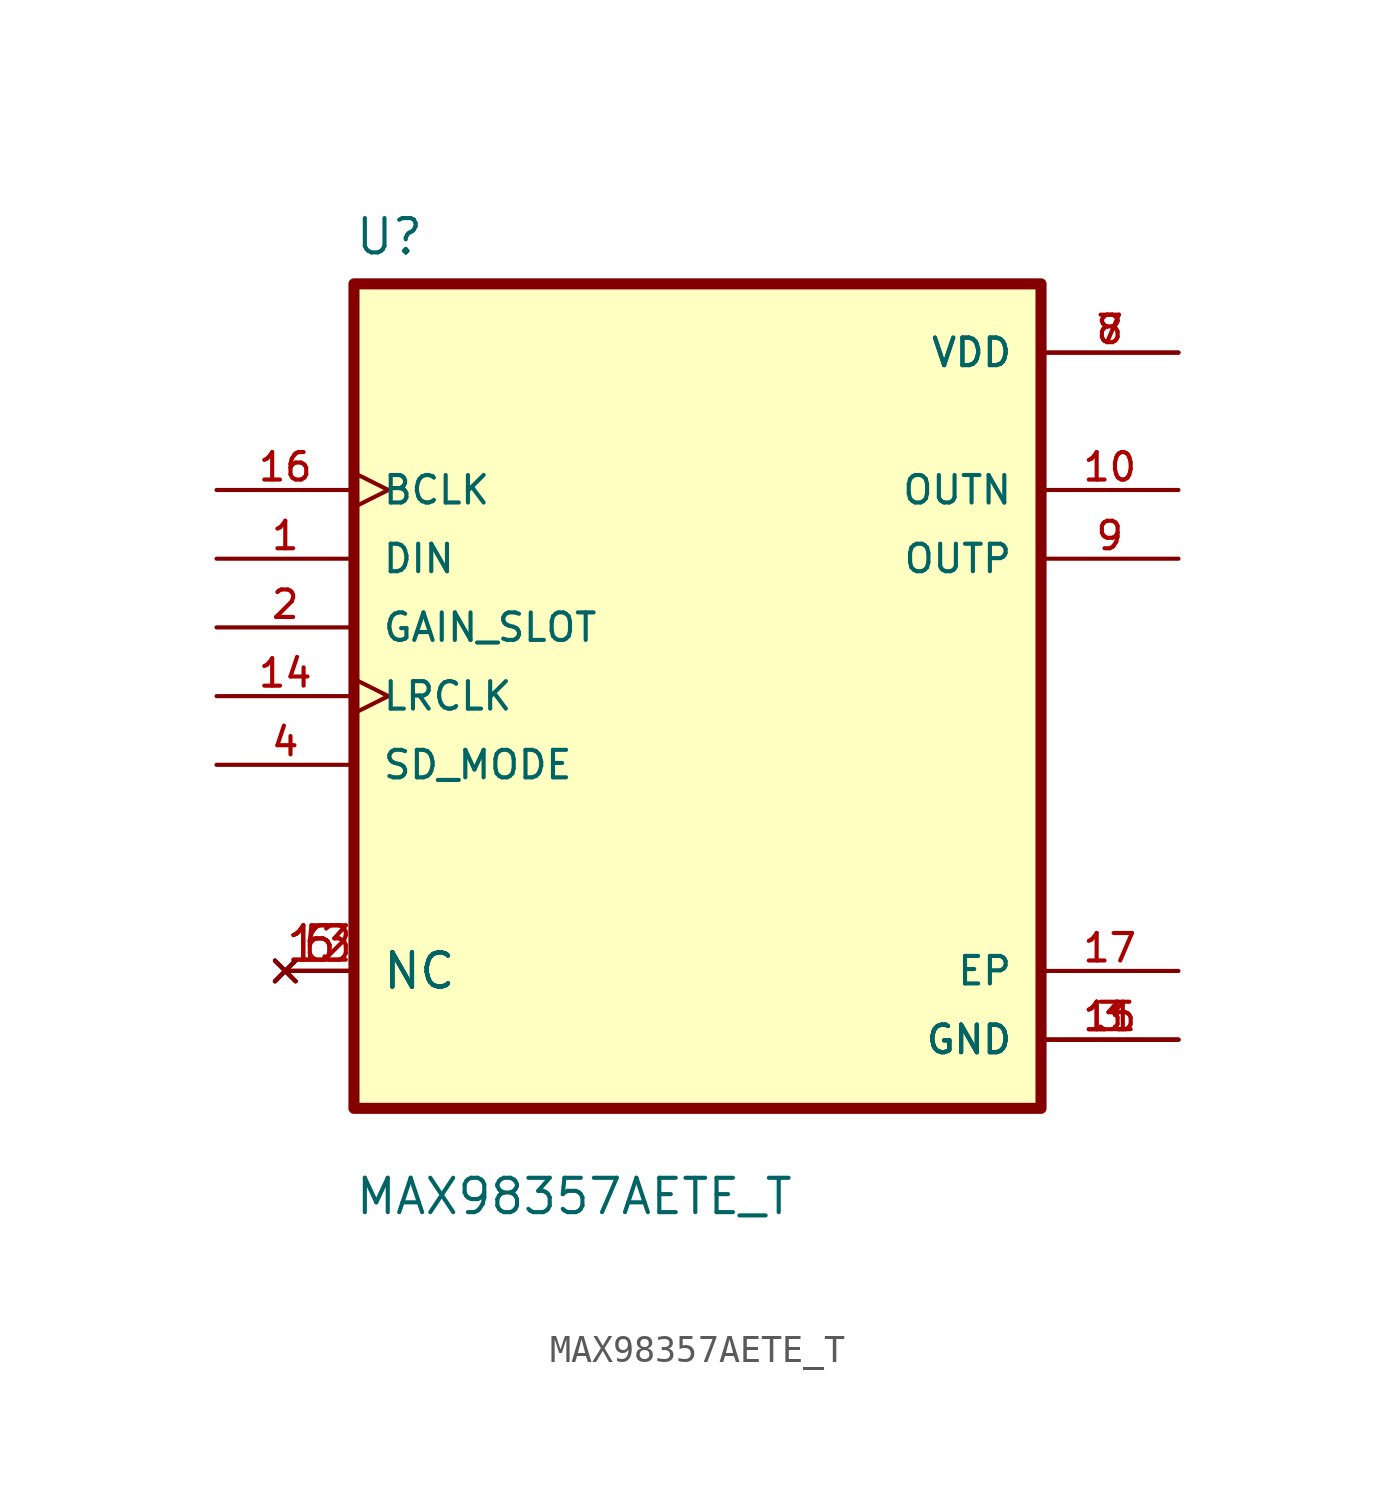
<source format=kicad_sym>
(kicad_symbol_lib
  (version 20231120)
  (generator "kicad_symbol_editor")
  (generator_version "8.0")
  (symbol "MAX98357AETE_T"
    (pin_names
      (offset 1.016))
    (property "Reference" "U"
      (at -12.7 16.24 0)
      (effects (font (size 1.27 1.27)) (justify left bottom)))
    (property "Value" "MAX98357AETE_T"
      (at -12.7 -19.24 0)
      (effects (font (size 1.27 1.27)) (justify left bottom)))
    (symbol "MAX98357AETE_T_0_0"
      (rectangle (start -12.7 15.24) (end 12.7 -15.24) (stroke (width 0.41) (type default)) (fill (type background)))
      (pin input line (at -17.78 5.08 0) (length 5.08) (name "DIN" (effects (font (size 1.016 1.016)))) (number "1" (effects (font (size 1.016 1.016)))))
      (pin output line (at 17.78 7.62 180) (length 5.08) (name "OUTN" (effects (font (size 1.016 1.016)))) (number "10" (effects (font (size 1.016 1.016)))))
      (pin power_in line (at 17.78 -12.7 180) (length 5.08) (name "GND" (effects (font (size 1.016 1.016)))) (number "11" (effects (font (size 1.016 1.016)))))
      (pin input clock (at -17.78 0 0) (length 5.08) (name "LRCLK" (effects (font (size 1.016 1.016)))) (number "14" (effects (font (size 1.016 1.016)))))
      (pin power_in line (at 17.78 -12.7 180) (length 5.08) (name "GND" (effects (font (size 1.016 1.016)))) (number "15" (effects (font (size 1.016 1.016)))))
      (pin input clock (at -17.78 7.62 0) (length 5.08) (name "BCLK" (effects (font (size 1.016 1.016)))) (number "16" (effects (font (size 1.016 1.016)))))
      (pin power_in line (at 17.78 -10.16 180) (length 5.08) (name "EP" (effects (font (size 1.016 1.016)))) (number "17" (effects (font (size 1.016 1.016)))))
      (pin input line (at -17.78 2.54 0) (length 5.08) (name "GAIN_SLOT" (effects (font (size 1.016 1.016)))) (number "2" (effects (font (size 1.016 1.016)))))
      (pin power_in line (at 17.78 -12.7 180) (length 5.08) (name "GND" (effects (font (size 1.016 1.016)))) (number "3" (effects (font (size 1.016 1.016)))))
      (pin input line (at -17.78 -2.54 0) (length 5.08) (name "SD_MODE" (effects (font (size 1.016 1.016)))) (number "4" (effects (font (size 1.016 1.016)))))
      (pin power_in line (at 17.78 12.7 180) (length 5.08) (name "VDD" (effects (font (size 1.016 1.016)))) (number "7" (effects (font (size 1.016 1.016)))))
      (pin power_in line (at 17.78 12.7 180) (length 5.08) (name "VDD" (effects (font (size 1.016 1.016)))) (number "8" (effects (font (size 1.016 1.016)))))
      (pin output line (at 17.78 5.08 180) (length 5.08) (name "OUTP" (effects (font (size 1.016 1.016)))) (number "9" (effects (font (size 1.016 1.016))))))
    (symbol "MAX98357AETE_T_1_1"
      (pin no_connect line (at -15.24 -10.16 0) (length 2.54) (name "NC" (effects (font (size 1.27 1.27)))) (number "12" (effects (font (size 1.27 1.27)))))
      (pin no_connect line (at -15.24 -10.16 0) (length 2.54) (name "NC" (effects (font (size 1.27 1.27)))) (number "13" (effects (font (size 1.27 1.27)))))
      (pin no_connect line (at -15.24 -10.16 0) (length 2.54) (name "NC" (effects (font (size 1.27 1.27)))) (number "5" (effects (font (size 1.27 1.27)))))
      (pin no_connect line (at -15.24 -10.16 0) (length 2.54) (name "NC" (effects (font (size 1.27 1.27)))) (number "6" (effects (font (size 1.27 1.27))))))))
</source>
